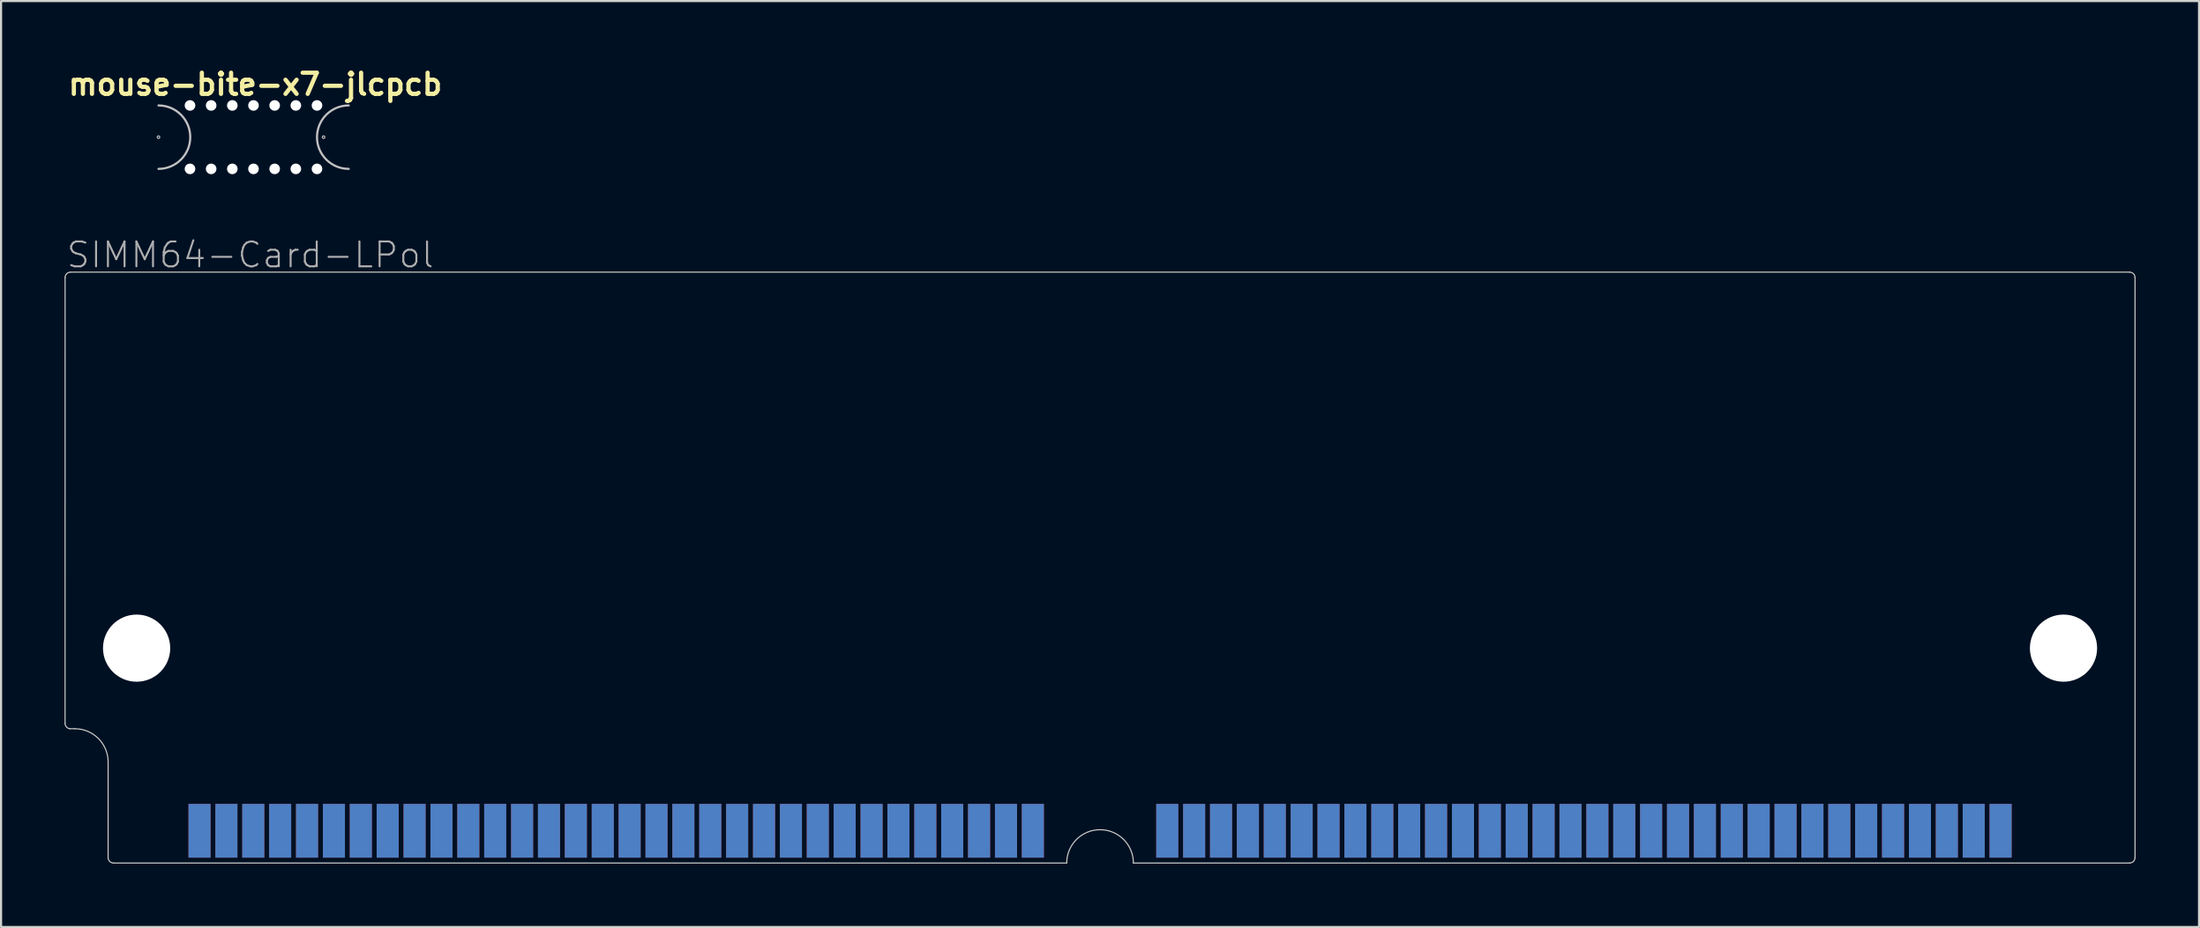
<source format=kicad_pcb>
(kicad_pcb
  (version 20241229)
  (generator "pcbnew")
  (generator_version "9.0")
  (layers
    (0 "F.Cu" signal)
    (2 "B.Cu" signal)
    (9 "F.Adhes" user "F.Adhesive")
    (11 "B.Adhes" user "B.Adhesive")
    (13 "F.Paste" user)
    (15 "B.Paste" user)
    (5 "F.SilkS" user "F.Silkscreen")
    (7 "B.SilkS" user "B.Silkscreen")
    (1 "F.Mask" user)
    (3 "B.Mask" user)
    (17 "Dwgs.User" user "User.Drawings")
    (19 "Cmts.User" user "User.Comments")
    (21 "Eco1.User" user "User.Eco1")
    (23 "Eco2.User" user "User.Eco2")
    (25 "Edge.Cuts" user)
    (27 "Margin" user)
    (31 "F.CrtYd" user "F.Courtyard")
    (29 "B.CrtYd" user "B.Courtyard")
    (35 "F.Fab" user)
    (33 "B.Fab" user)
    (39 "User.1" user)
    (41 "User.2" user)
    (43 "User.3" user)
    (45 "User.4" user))
  (footprint "SIMM64-Card-LPol"
    (layer "F.Cu")
    (at 48.921 27.6)
    (property "Reference" "SIMM64-Card-LPol" (at -48.895 -17.907 0) (layer "F.Fab") (effects (font (size 1.177 1.177) (thickness 0.093)) (justify left bottom)))
    (fp_line (start -48.896 3.556) (end -48.895 -17.526) (stroke (width 0.05) (type default)) (layer "Edge.Cuts"))
    (fp_line (start -48.666 3.81) (end -48.438 3.81) (stroke (width 0.05) (type default)) (layer "Edge.Cuts"))
    (fp_line (start -46.863 9.906) (end -46.863 5.385) (stroke (width 0.05) (type default)) (layer "Edge.Cuts"))
    (fp_line (start -46.609 10.16) (end -1.575 10.16) (stroke (width 0.05) (type default)) (layer "Edge.Cuts"))
    (fp_line (start 48.641 -17.78) (end -48.641 -17.78) (stroke (width 0.05) (type default)) (layer "Edge.Cuts"))
    (fp_line (start 48.641 10.16) (end 1.575 10.16) (stroke (width 0.05) (type default)) (layer "Edge.Cuts"))
    (fp_line (start 48.895 9.906) (end 48.895 -17.526) (stroke (width 0.05) (type default)) (layer "Edge.Cuts"))
    (fp_arc (start -48.895 -17.526) (mid -48.820605 -17.705605) (end -48.641 -17.78) (stroke (width 0.05) (type default)) (layer "Edge.Cuts"))
    (fp_arc (start -48.6664 3.809999) (mid -48.830268 3.727285) (end -48.896266 3.556) (stroke (width 0.05) (type default)) (layer "Edge.Cuts"))
    (fp_arc (start -48.4378 3.81) (mid -47.324249 4.271248) (end -46.863 5.3848) (stroke (width 0.05) (type solid)) (layer "Edge.Cuts"))
    (fp_arc (start -46.609 10.16) (mid -46.788605 10.085605) (end -46.863 9.906) (stroke (width 0.05) (type default)) (layer "Edge.Cuts"))
    (fp_arc (start -1.5748 10.16) (mid 0 8.5852) (end 1.5748 10.16) (stroke (width 0.05) (type solid)) (layer "Edge.Cuts"))
    (fp_arc (start 48.641 -17.78) (mid 48.820605 -17.705605) (end 48.895 -17.526) (stroke (width 0.05) (type default)) (layer "Edge.Cuts"))
    (fp_arc (start 48.895 9.906) (mid 48.820605 10.085605) (end 48.641 10.16) (stroke (width 0.05) (type default)) (layer "Edge.Cuts"))
    (pad "" np_thru_hole circle (at -45.517 0) (size 3.175 3.175) (drill 3.175) (layers "*.Cu" "*.Mask"))
    (pad "" np_thru_hole circle (at 45.517 0) (size 3.175 3.175) (drill 3.175) (layers "*.Cu" "*.Mask"))
    (pad "1" smd rect (at -42.545 8.636) (size 1.041 2.54) (layers "F.Cu" "F.Mask" "F.Paste"))
    (pad "1" smd rect (at -42.545 8.636) (size 1.041 2.54) (layers "B.Cu" "B.Mask" "B.Paste"))
    (pad "2" smd rect (at -41.275 8.636) (size 1.041 2.54) (layers "F.Cu" "F.Mask" "F.Paste"))
    (pad "2" smd rect (at -41.275 8.636) (size 1.041 2.54) (layers "B.Cu" "B.Mask" "B.Paste"))
    (pad "3" smd rect (at -40.005 8.636) (size 1.041 2.54) (layers "F.Cu" "F.Mask" "F.Paste"))
    (pad "3" smd rect (at -40.005 8.636) (size 1.041 2.54) (layers "B.Cu" "B.Mask" "B.Paste"))
    (pad "4" smd rect (at -38.735 8.636) (size 1.041 2.54) (layers "F.Cu" "F.Mask" "F.Paste"))
    (pad "4" smd rect (at -38.735 8.636) (size 1.041 2.54) (layers "B.Cu" "B.Mask" "B.Paste"))
    (pad "5" smd rect (at -37.465 8.636) (size 1.041 2.54) (layers "F.Cu" "F.Mask" "F.Paste"))
    (pad "5" smd rect (at -37.465 8.636) (size 1.041 2.54) (layers "B.Cu" "B.Mask" "B.Paste"))
    (pad "6" smd rect (at -36.195 8.636) (size 1.041 2.54) (layers "F.Cu" "F.Mask" "F.Paste"))
    (pad "6" smd rect (at -36.195 8.636) (size 1.041 2.54) (layers "B.Cu" "B.Mask" "B.Paste"))
    (pad "7" smd rect (at -34.925 8.636) (size 1.041 2.54) (layers "F.Cu" "F.Mask" "F.Paste"))
    (pad "7" smd rect (at -34.925 8.636) (size 1.041 2.54) (layers "B.Cu" "B.Mask" "B.Paste"))
    (pad "8" smd rect (at -33.655 8.636) (size 1.041 2.54) (layers "F.Cu" "F.Mask" "F.Paste"))
    (pad "8" smd rect (at -33.655 8.636) (size 1.041 2.54) (layers "B.Cu" "B.Mask" "B.Paste"))
    (pad "9" smd rect (at -32.385 8.636) (size 1.041 2.54) (layers "F.Cu" "F.Mask" "F.Paste"))
    (pad "9" smd rect (at -32.385 8.636) (size 1.041 2.54) (layers "B.Cu" "B.Mask" "B.Paste"))
    (pad "10" smd rect (at -31.115 8.636) (size 1.041 2.54) (layers "F.Cu" "F.Mask" "F.Paste"))
    (pad "10" smd rect (at -31.115 8.636) (size 1.041 2.54) (layers "B.Cu" "B.Mask" "B.Paste"))
    (pad "11" smd rect (at -29.845 8.636) (size 1.041 2.54) (layers "F.Cu" "F.Mask" "F.Paste"))
    (pad "11" smd rect (at -29.845 8.636) (size 1.041 2.54) (layers "B.Cu" "B.Mask" "B.Paste"))
    (pad "12" smd rect (at -28.575 8.636) (size 1.041 2.54) (layers "F.Cu" "F.Mask" "F.Paste"))
    (pad "12" smd rect (at -28.575 8.636) (size 1.041 2.54) (layers "B.Cu" "B.Mask" "B.Paste"))
    (pad "13" smd rect (at -27.305 8.636) (size 1.041 2.54) (layers "F.Cu" "F.Mask" "F.Paste"))
    (pad "13" smd rect (at -27.305 8.636) (size 1.041 2.54) (layers "B.Cu" "B.Mask" "B.Paste"))
    (pad "14" smd rect (at -26.035 8.636) (size 1.041 2.54) (layers "F.Cu" "F.Mask" "F.Paste"))
    (pad "14" smd rect (at -26.035 8.636) (size 1.041 2.54) (layers "B.Cu" "B.Mask" "B.Paste"))
    (pad "15" smd rect (at -24.765 8.636) (size 1.041 2.54) (layers "F.Cu" "F.Mask" "F.Paste"))
    (pad "15" smd rect (at -24.765 8.636) (size 1.041 2.54) (layers "B.Cu" "B.Mask" "B.Paste"))
    (pad "16" smd rect (at -23.495 8.636) (size 1.041 2.54) (layers "F.Cu" "F.Mask" "F.Paste"))
    (pad "16" smd rect (at -23.495 8.636) (size 1.041 2.54) (layers "B.Cu" "B.Mask" "B.Paste"))
    (pad "17" smd rect (at -22.225 8.636) (size 1.041 2.54) (layers "F.Cu" "F.Mask" "F.Paste"))
    (pad "17" smd rect (at -22.225 8.636) (size 1.041 2.54) (layers "B.Cu" "B.Mask" "B.Paste"))
    (pad "18" smd rect (at -20.955 8.636) (size 1.041 2.54) (layers "F.Cu" "F.Mask" "F.Paste"))
    (pad "18" smd rect (at -20.955 8.636) (size 1.041 2.54) (layers "B.Cu" "B.Mask" "B.Paste"))
    (pad "19" smd rect (at -19.685 8.636) (size 1.041 2.54) (layers "F.Cu" "F.Mask" "F.Paste"))
    (pad "19" smd rect (at -19.685 8.636) (size 1.041 2.54) (layers "B.Cu" "B.Mask" "B.Paste"))
    (pad "20" smd rect (at -18.415 8.636) (size 1.041 2.54) (layers "F.Cu" "F.Mask" "F.Paste"))
    (pad "20" smd rect (at -18.415 8.636) (size 1.041 2.54) (layers "B.Cu" "B.Mask" "B.Paste"))
    (pad "21" smd rect (at -17.145 8.636) (size 1.041 2.54) (layers "F.Cu" "F.Mask" "F.Paste"))
    (pad "21" smd rect (at -17.145 8.636) (size 1.041 2.54) (layers "B.Cu" "B.Mask" "B.Paste"))
    (pad "22" smd rect (at -15.875 8.636) (size 1.041 2.54) (layers "F.Cu" "F.Mask" "F.Paste"))
    (pad "22" smd rect (at -15.875 8.636) (size 1.041 2.54) (layers "B.Cu" "B.Mask" "B.Paste"))
    (pad "23" smd rect (at -14.605 8.636) (size 1.041 2.54) (layers "F.Cu" "F.Mask" "F.Paste"))
    (pad "23" smd rect (at -14.605 8.636) (size 1.041 2.54) (layers "B.Cu" "B.Mask" "B.Paste"))
    (pad "24" smd rect (at -13.335 8.636) (size 1.041 2.54) (layers "F.Cu" "F.Mask" "F.Paste"))
    (pad "24" smd rect (at -13.335 8.636) (size 1.041 2.54) (layers "B.Cu" "B.Mask" "B.Paste"))
    (pad "25" smd rect (at -12.065 8.636) (size 1.041 2.54) (layers "F.Cu" "F.Mask" "F.Paste"))
    (pad "25" smd rect (at -12.065 8.636) (size 1.041 2.54) (layers "B.Cu" "B.Mask" "B.Paste"))
    (pad "26" smd rect (at -10.795 8.636) (size 1.041 2.54) (layers "F.Cu" "F.Mask" "F.Paste"))
    (pad "26" smd rect (at -10.795 8.636) (size 1.041 2.54) (layers "B.Cu" "B.Mask" "B.Paste"))
    (pad "27" smd rect (at -9.525 8.636) (size 1.041 2.54) (layers "F.Cu" "F.Mask" "F.Paste"))
    (pad "27" smd rect (at -9.525 8.636) (size 1.041 2.54) (layers "B.Cu" "B.Mask" "B.Paste"))
    (pad "28" smd rect (at -8.255 8.636) (size 1.041 2.54) (layers "F.Cu" "F.Mask" "F.Paste"))
    (pad "28" smd rect (at -8.255 8.636) (size 1.041 2.54) (layers "B.Cu" "B.Mask" "B.Paste"))
    (pad "29" smd rect (at -6.985 8.636) (size 1.041 2.54) (layers "F.Cu" "F.Mask" "F.Paste"))
    (pad "29" smd rect (at -6.985 8.636) (size 1.041 2.54) (layers "B.Cu" "B.Mask" "B.Paste"))
    (pad "30" smd rect (at -5.715 8.636) (size 1.041 2.54) (layers "F.Cu" "F.Mask" "F.Paste"))
    (pad "30" smd rect (at -5.715 8.636) (size 1.041 2.54) (layers "B.Cu" "B.Mask" "B.Paste"))
    (pad "31" smd rect (at -4.445 8.636) (size 1.041 2.54) (layers "F.Cu" "F.Mask" "F.Paste"))
    (pad "31" smd rect (at -4.445 8.636) (size 1.041 2.54) (layers "B.Cu" "B.Mask" "B.Paste"))
    (pad "32" smd rect (at -3.175 8.636) (size 1.041 2.54) (layers "F.Cu" "F.Mask" "F.Paste"))
    (pad "32" smd rect (at -3.175 8.636) (size 1.041 2.54) (layers "B.Cu" "B.Mask" "B.Paste"))
    (pad "33" smd rect (at 3.175 8.636) (size 1.041 2.54) (layers "F.Cu" "F.Mask" "F.Paste"))
    (pad "33" smd rect (at 3.175 8.636) (size 1.041 2.54) (layers "B.Cu" "B.Mask" "B.Paste"))
    (pad "34" smd rect (at 4.445 8.636) (size 1.041 2.54) (layers "F.Cu" "F.Mask" "F.Paste"))
    (pad "34" smd rect (at 4.445 8.636) (size 1.041 2.54) (layers "B.Cu" "B.Mask" "B.Paste"))
    (pad "35" smd rect (at 5.715 8.636) (size 1.041 2.54) (layers "F.Cu" "F.Mask" "F.Paste"))
    (pad "35" smd rect (at 5.715 8.636) (size 1.041 2.54) (layers "B.Cu" "B.Mask" "B.Paste"))
    (pad "36" smd rect (at 6.985 8.636) (size 1.041 2.54) (layers "F.Cu" "F.Mask" "F.Paste"))
    (pad "36" smd rect (at 6.985 8.636) (size 1.041 2.54) (layers "B.Cu" "B.Mask" "B.Paste"))
    (pad "37" smd rect (at 8.255 8.636) (size 1.041 2.54) (layers "F.Cu" "F.Mask" "F.Paste"))
    (pad "37" smd rect (at 8.255 8.636) (size 1.041 2.54) (layers "B.Cu" "B.Mask" "B.Paste"))
    (pad "38" smd rect (at 9.525 8.636) (size 1.041 2.54) (layers "F.Cu" "F.Mask" "F.Paste"))
    (pad "38" smd rect (at 9.525 8.636) (size 1.041 2.54) (layers "B.Cu" "B.Mask" "B.Paste"))
    (pad "39" smd rect (at 10.795 8.636) (size 1.041 2.54) (layers "F.Cu" "F.Mask" "F.Paste"))
    (pad "39" smd rect (at 10.795 8.636) (size 1.041 2.54) (layers "B.Cu" "B.Mask" "B.Paste"))
    (pad "40" smd rect (at 12.065 8.636) (size 1.041 2.54) (layers "F.Cu" "F.Mask" "F.Paste"))
    (pad "40" smd rect (at 12.065 8.636) (size 1.041 2.54) (layers "B.Cu" "B.Mask" "B.Paste"))
    (pad "41" smd rect (at 13.335 8.636) (size 1.041 2.54) (layers "F.Cu" "F.Mask" "F.Paste"))
    (pad "41" smd rect (at 13.335 8.636) (size 1.041 2.54) (layers "B.Cu" "B.Mask" "B.Paste"))
    (pad "42" smd rect (at 14.605 8.636) (size 1.041 2.54) (layers "F.Cu" "F.Mask" "F.Paste"))
    (pad "42" smd rect (at 14.605 8.636) (size 1.041 2.54) (layers "B.Cu" "B.Mask" "B.Paste"))
    (pad "43" smd rect (at 15.875 8.636) (size 1.041 2.54) (layers "F.Cu" "F.Mask" "F.Paste"))
    (pad "43" smd rect (at 15.875 8.636) (size 1.041 2.54) (layers "B.Cu" "B.Mask" "B.Paste"))
    (pad "44" smd rect (at 17.145 8.636) (size 1.041 2.54) (layers "F.Cu" "F.Mask" "F.Paste"))
    (pad "44" smd rect (at 17.145 8.636) (size 1.041 2.54) (layers "B.Cu" "B.Mask" "B.Paste"))
    (pad "45" smd rect (at 18.415 8.636) (size 1.041 2.54) (layers "F.Cu" "F.Mask" "F.Paste"))
    (pad "45" smd rect (at 18.415 8.636) (size 1.041 2.54) (layers "B.Cu" "B.Mask" "B.Paste"))
    (pad "46" smd rect (at 19.685 8.636) (size 1.041 2.54) (layers "F.Cu" "F.Mask" "F.Paste"))
    (pad "46" smd rect (at 19.685 8.636) (size 1.041 2.54) (layers "B.Cu" "B.Mask" "B.Paste"))
    (pad "47" smd rect (at 20.955 8.636) (size 1.041 2.54) (layers "F.Cu" "F.Mask" "F.Paste"))
    (pad "47" smd rect (at 20.955 8.636) (size 1.041 2.54) (layers "B.Cu" "B.Mask" "B.Paste"))
    (pad "48" smd rect (at 22.225 8.636) (size 1.041 2.54) (layers "F.Cu" "F.Mask" "F.Paste"))
    (pad "48" smd rect (at 22.225 8.636) (size 1.041 2.54) (layers "B.Cu" "B.Mask" "B.Paste"))
    (pad "49" smd rect (at 23.495 8.636) (size 1.041 2.54) (layers "F.Cu" "F.Mask" "F.Paste"))
    (pad "49" smd rect (at 23.495 8.636) (size 1.041 2.54) (layers "B.Cu" "B.Mask" "B.Paste"))
    (pad "50" smd rect (at 24.765 8.636) (size 1.041 2.54) (layers "F.Cu" "F.Mask" "F.Paste"))
    (pad "50" smd rect (at 24.765 8.636) (size 1.041 2.54) (layers "B.Cu" "B.Mask" "B.Paste"))
    (pad "51" smd rect (at 26.035 8.636) (size 1.041 2.54) (layers "F.Cu" "F.Mask" "F.Paste"))
    (pad "51" smd rect (at 26.035 8.636) (size 1.041 2.54) (layers "B.Cu" "B.Mask" "B.Paste"))
    (pad "52" smd rect (at 27.305 8.636) (size 1.041 2.54) (layers "F.Cu" "F.Mask" "F.Paste"))
    (pad "52" smd rect (at 27.305 8.636) (size 1.041 2.54) (layers "B.Cu" "B.Mask" "B.Paste"))
    (pad "53" smd rect (at 28.575 8.636) (size 1.041 2.54) (layers "F.Cu" "F.Mask" "F.Paste"))
    (pad "53" smd rect (at 28.575 8.636) (size 1.041 2.54) (layers "B.Cu" "B.Mask" "B.Paste"))
    (pad "54" smd rect (at 29.845 8.636) (size 1.041 2.54) (layers "F.Cu" "F.Mask" "F.Paste"))
    (pad "54" smd rect (at 29.845 8.636) (size 1.041 2.54) (layers "B.Cu" "B.Mask" "B.Paste"))
    (pad "55" smd rect (at 31.115 8.636) (size 1.041 2.54) (layers "F.Cu" "F.Mask" "F.Paste"))
    (pad "55" smd rect (at 31.115 8.636) (size 1.041 2.54) (layers "B.Cu" "B.Mask" "B.Paste"))
    (pad "56" smd rect (at 32.385 8.636) (size 1.041 2.54) (layers "F.Cu" "F.Mask" "F.Paste"))
    (pad "56" smd rect (at 32.385 8.636) (size 1.041 2.54) (layers "B.Cu" "B.Mask" "B.Paste"))
    (pad "57" smd rect (at 33.655 8.636) (size 1.041 2.54) (layers "F.Cu" "F.Mask" "F.Paste"))
    (pad "57" smd rect (at 33.655 8.636) (size 1.041 2.54) (layers "B.Cu" "B.Mask" "B.Paste"))
    (pad "58" smd rect (at 34.925 8.636) (size 1.041 2.54) (layers "F.Cu" "F.Mask" "F.Paste"))
    (pad "58" smd rect (at 34.925 8.636) (size 1.041 2.54) (layers "B.Cu" "B.Mask" "B.Paste"))
    (pad "59" smd rect (at 36.195 8.636) (size 1.041 2.54) (layers "F.Cu" "F.Mask" "F.Paste"))
    (pad "59" smd rect (at 36.195 8.636) (size 1.041 2.54) (layers "B.Cu" "B.Mask" "B.Paste"))
    (pad "60" smd rect (at 37.465 8.636) (size 1.041 2.54) (layers "F.Cu" "F.Mask" "F.Paste"))
    (pad "60" smd rect (at 37.465 8.636) (size 1.041 2.54) (layers "B.Cu" "B.Mask" "B.Paste"))
    (pad "61" smd rect (at 38.735 8.636) (size 1.041 2.54) (layers "F.Cu" "F.Mask" "F.Paste"))
    (pad "61" smd rect (at 38.735 8.636) (size 1.041 2.54) (layers "B.Cu" "B.Mask" "B.Paste"))
    (pad "62" smd rect (at 40.005 8.636) (size 1.041 2.54) (layers "F.Cu" "F.Mask" "F.Paste"))
    (pad "62" smd rect (at 40.005 8.636) (size 1.041 2.54) (layers "B.Cu" "B.Mask" "B.Paste"))
    (pad "63" smd rect (at 41.275 8.636) (size 1.041 2.54) (layers "F.Cu" "F.Mask" "F.Paste"))
    (pad "63" smd rect (at 41.275 8.636) (size 1.041 2.54) (layers "B.Cu" "B.Mask" "B.Paste"))
    (pad "64" smd rect (at 42.545 8.636) (size 1.041 2.54) (layers "F.Cu" "F.Mask" "F.Paste"))
    (pad "64" smd rect (at 42.545 8.636) (size 1.041 2.54) (layers "B.Cu" "B.Mask" "B.Paste")))
  (footprint "mouse-bite-x7-jlcpcb"
    (layer "F.Cu")
    (at 4.41 1.936)
    (property "Reference" "mouse-bite-x7-jlcpcb" (at 4.6 -1 0) (layer "F.SilkS") (effects (font (size 1 1) (thickness 0.2))))
    (attr through_hole board_only exclude_from_pos_files exclude_from_bom allow_missing_courtyard)
    (fp_arc (start 0.028 0) (mid 1.528 1.5) (end 0.028 3) (stroke (width 0.1) (type solid)) (layer "Dwgs.User"))
    (fp_arc (start 9.016 3) (mid 7.516 1.5) (end 9.016 0) (stroke (width 0.1) (type solid)) (layer "Dwgs.User"))
    (fp_circle (center 0.028 1.5) (end 0.028 1.44) (stroke (width 0.05) (type solid)) (fill no) (layer "Dwgs.User"))
    (fp_circle (center 7.828 1.5) (end 7.888 1.5) (stroke (width 0.05) (type solid)) (fill no) (layer "Dwgs.User"))
    (fp_line (start 0.028 1.5) (end 0.028 1.5) (stroke (width 3) (type solid)) (layer "Eco1.User"))
    (fp_line (start 9.016 1.5) (end 9.016 1.5) (stroke (width 3) (type solid)) (layer "Eco1.User"))
    (pad "" np_thru_hole circle (at 1.516 0) (size 0.5 0.5) (drill 0.6) (layers "*.Cu" "*.Mask"))
    (pad "" np_thru_hole circle (at 1.516 3) (size 0.5 0.5) (drill 0.6) (layers "*.Cu" "*.Mask"))
    (pad "" np_thru_hole circle (at 2.516 0) (size 0.5 0.5) (drill 0.6) (layers "*.Cu" "*.Mask"))
    (pad "" np_thru_hole circle (at 2.516 3) (size 0.5 0.5) (drill 0.6) (layers "*.Cu" "*.Mask"))
    (pad "" np_thru_hole circle (at 3.516 0) (size 0.5 0.5) (drill 0.6) (layers "*.Cu" "*.Mask"))
    (pad "" np_thru_hole circle (at 3.516 3) (size 0.5 0.5) (drill 0.6) (layers "*.Cu" "*.Mask"))
    (pad "" np_thru_hole circle (at 4.516 0) (size 0.5 0.5) (drill 0.6) (layers "*.Cu" "*.Mask"))
    (pad "" np_thru_hole circle (at 4.516 3) (size 0.5 0.5) (drill 0.6) (layers "*.Cu" "*.Mask"))
    (pad "" np_thru_hole circle (at 5.516 0) (size 0.5 0.5) (drill 0.6) (layers "*.Cu" "*.Mask"))
    (pad "" np_thru_hole circle (at 5.516 3) (size 0.5 0.5) (drill 0.6) (layers "*.Cu" "*.Mask"))
    (pad "" np_thru_hole circle (at 6.516 0) (size 0.5 0.5) (drill 0.6) (layers "*.Cu" "*.Mask"))
    (pad "" np_thru_hole circle (at 6.516 3) (size 0.5 0.5) (drill 0.6) (layers "*.Cu" "*.Mask"))
    (pad "" np_thru_hole circle (at 7.516 0) (size 0.5 0.5) (drill 0.6) (layers "*.Cu" "*.Mask"))
    (pad "" np_thru_hole circle (at 7.516 3) (size 0.5 0.5) (drill 0.6) (layers "*.Cu" "*.Mask")))
  (gr_rect
    (start -3 -3)
    (end 100.841 40.785)
    (stroke (width 0.1) (type default))
    (fill no)
    (layer "Edge.Cuts")))
</source>
